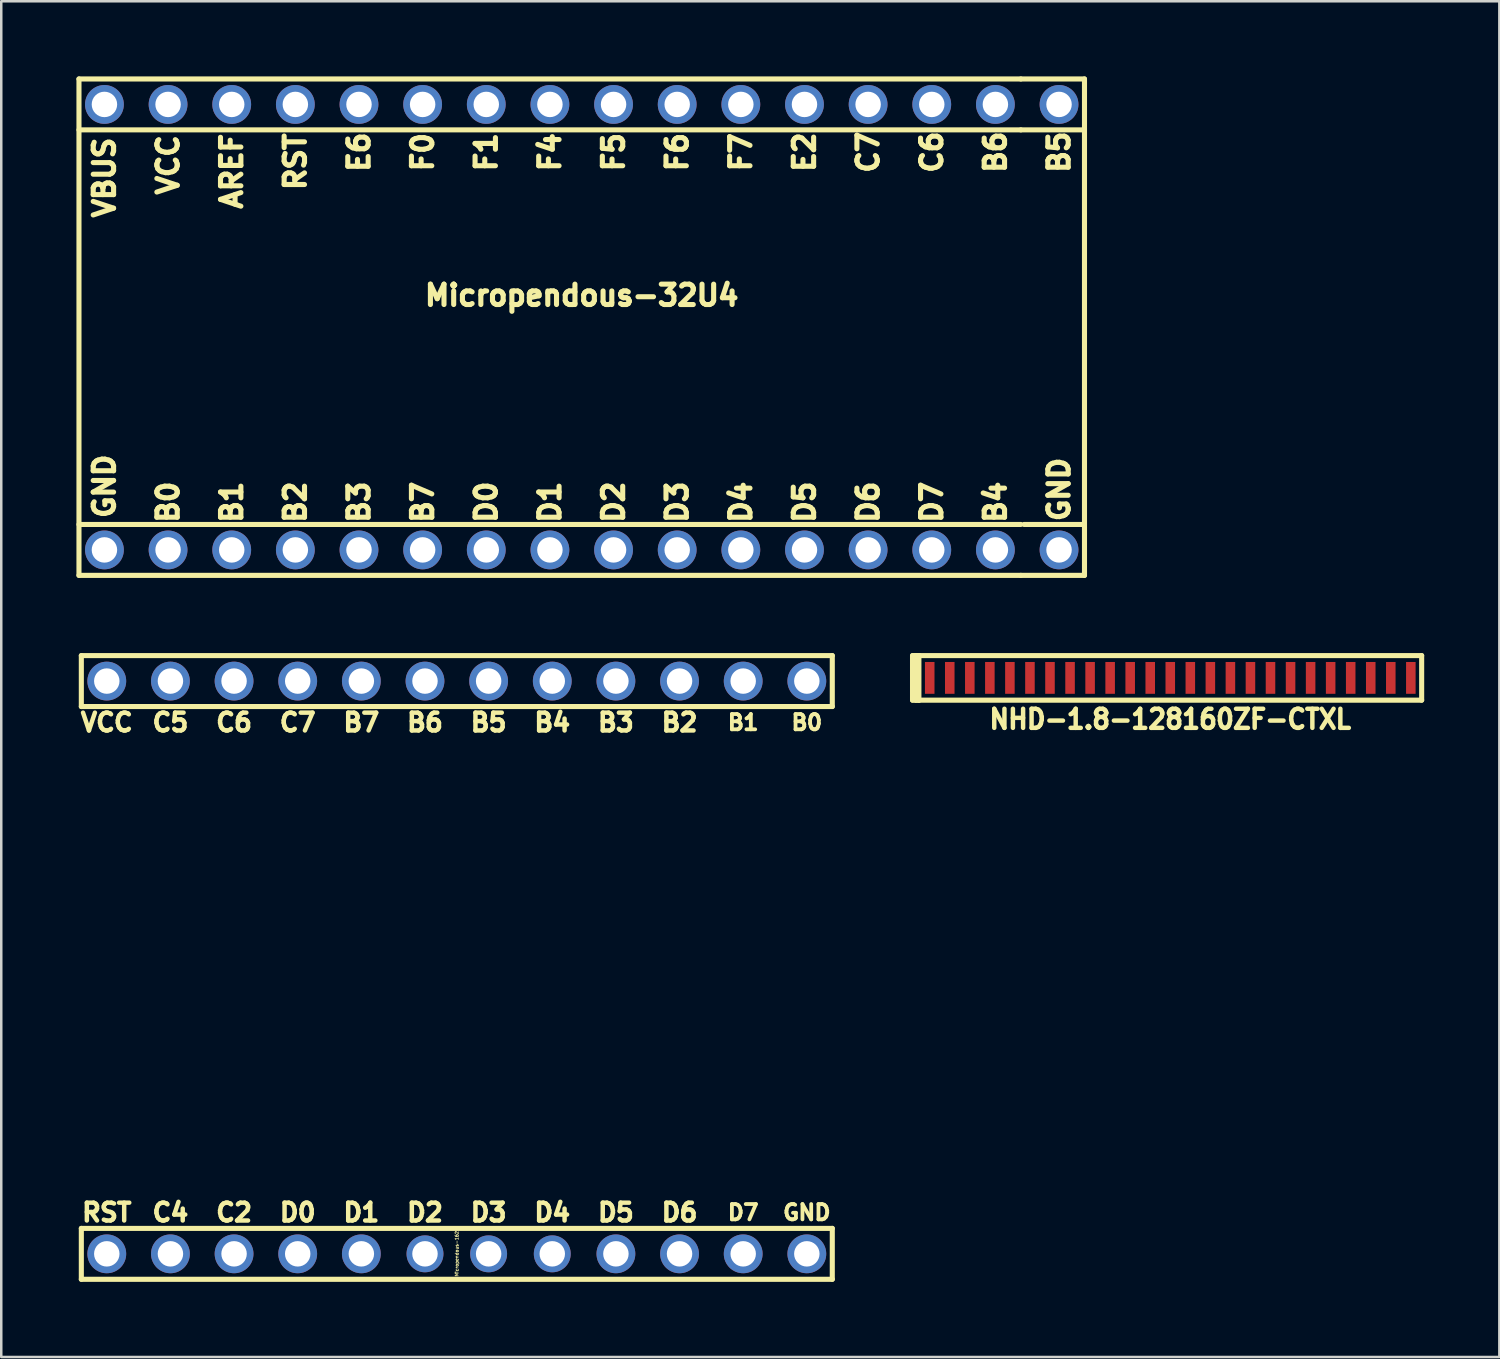
<source format=kicad_pcb>
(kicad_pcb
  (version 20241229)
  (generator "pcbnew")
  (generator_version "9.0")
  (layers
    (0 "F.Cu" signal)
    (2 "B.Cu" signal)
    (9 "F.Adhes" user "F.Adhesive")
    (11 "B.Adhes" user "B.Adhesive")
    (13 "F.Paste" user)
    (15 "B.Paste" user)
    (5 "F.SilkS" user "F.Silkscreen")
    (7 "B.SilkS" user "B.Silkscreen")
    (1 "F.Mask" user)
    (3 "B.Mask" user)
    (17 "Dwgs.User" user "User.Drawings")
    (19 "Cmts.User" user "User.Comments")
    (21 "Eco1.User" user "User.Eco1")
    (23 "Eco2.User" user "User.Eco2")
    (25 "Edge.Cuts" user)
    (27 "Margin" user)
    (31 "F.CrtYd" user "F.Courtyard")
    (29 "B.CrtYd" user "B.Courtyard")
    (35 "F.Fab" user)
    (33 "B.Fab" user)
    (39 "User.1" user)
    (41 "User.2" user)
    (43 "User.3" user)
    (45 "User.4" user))
  (footprint "NHD-1.8-128160ZF-CTXL"
    (layer "F.Cu")
    (at 43.658 24.006)
    (property "Reference" "NHD-1.8-128160ZF-CTXL" (at 0 1.651 0) (layer "F.SilkS") (effects (font (size 0.762 0.711) (thickness 0.178))))
    (attr through_hole)
    (fp_line (start -10.287 -0.889) (end -10.287 0.889) (stroke (width 0.203) (type solid)) (layer "F.SilkS"))
    (fp_line (start -10.287 0.889) (end -10.033 0.889) (stroke (width 0.203) (type solid)) (layer "F.SilkS"))
    (fp_line (start -10.16 -0.889) (end -10.16 0.889) (stroke (width 0.203) (type solid)) (layer "F.SilkS"))
    (fp_line (start -10.16 0.889) (end -10.033 0.889) (stroke (width 0.203) (type solid)) (layer "F.SilkS"))
    (fp_line (start -10.033 -0.889) (end -10.287 -0.889) (stroke (width 0.203) (type solid)) (layer "F.SilkS"))
    (fp_line (start -10.033 -0.889) (end -10.16 -0.889) (stroke (width 0.203) (type solid)) (layer "F.SilkS"))
    (fp_line (start -10.033 -0.889) (end 10.033 -0.889) (stroke (width 0.203) (type solid)) (layer "F.SilkS"))
    (fp_line (start -10.033 0.889) (end -10.033 -0.889) (stroke (width 0.203) (type solid)) (layer "F.SilkS"))
    (fp_line (start 10.033 -0.889) (end 10.033 0.889) (stroke (width 0.203) (type solid)) (layer "F.SilkS"))
    (fp_line (start 10.033 0.889) (end -10.033 0.889) (stroke (width 0.203) (type solid)) (layer "F.SilkS"))
    (pad "1" smd rect (at -9.601 0) (size 0.381 1.27) (layers "F.Cu" "F.Mask" "F.Paste"))
    (pad "2" smd rect (at -8.801 0) (size 0.381 1.27) (layers "F.Cu" "F.Mask" "F.Paste"))
    (pad "3" smd rect (at -8.001 0) (size 0.381 1.27) (layers "F.Cu" "F.Mask" "F.Paste"))
    (pad "4" smd rect (at -7.201 0) (size 0.381 1.27) (layers "F.Cu" "F.Mask" "F.Paste"))
    (pad "5" smd rect (at -6.401 0) (size 0.381 1.27) (layers "F.Cu" "F.Mask" "F.Paste"))
    (pad "6" smd rect (at -5.601 0) (size 0.381 1.27) (layers "F.Cu" "F.Mask" "F.Paste"))
    (pad "7" smd rect (at -4.801 0) (size 0.381 1.27) (layers "F.Cu" "F.Mask" "F.Paste"))
    (pad "8" smd rect (at -4 0) (size 0.381 1.27) (layers "F.Cu" "F.Mask" "F.Paste"))
    (pad "9" smd rect (at -3.2 0) (size 0.381 1.27) (layers "F.Cu" "F.Mask" "F.Paste"))
    (pad "10" smd rect (at -2.4 0) (size 0.381 1.27) (layers "F.Cu" "F.Mask" "F.Paste"))
    (pad "11" smd rect (at -1.6 0) (size 0.381 1.27) (layers "F.Cu" "F.Mask" "F.Paste"))
    (pad "12" smd rect (at -0.8 0) (size 0.381 1.27) (layers "F.Cu" "F.Mask" "F.Paste"))
    (pad "13" smd rect (at 0 0) (size 0.381 1.27) (layers "F.Cu" "F.Mask" "F.Paste"))
    (pad "14" smd rect (at 0.8 0) (size 0.381 1.27) (layers "F.Cu" "F.Mask" "F.Paste"))
    (pad "15" smd rect (at 1.6 0) (size 0.381 1.27) (layers "F.Cu" "F.Mask" "F.Paste"))
    (pad "16" smd rect (at 2.4 0) (size 0.381 1.27) (layers "F.Cu" "F.Mask" "F.Paste"))
    (pad "17" smd rect (at 3.2 0) (size 0.381 1.27) (layers "F.Cu" "F.Mask" "F.Paste"))
    (pad "18" smd rect (at 4 0) (size 0.381 1.27) (layers "F.Cu" "F.Mask" "F.Paste"))
    (pad "19" smd rect (at 4.801 0) (size 0.381 1.27) (layers "F.Cu" "F.Mask" "F.Paste"))
    (pad "20" smd rect (at 5.601 0) (size 0.381 1.27) (layers "F.Cu" "F.Mask" "F.Paste"))
    (pad "21" smd rect (at 6.401 0) (size 0.381 1.27) (layers "F.Cu" "F.Mask" "F.Paste"))
    (pad "22" smd rect (at 7.201 0) (size 0.381 1.27) (layers "F.Cu" "F.Mask" "F.Paste"))
    (pad "23" smd rect (at 8.001 0) (size 0.381 1.27) (layers "F.Cu" "F.Mask" "F.Paste"))
    (pad "24" smd rect (at 8.801 0) (size 0.381 1.27) (layers "F.Cu" "F.Mask" "F.Paste"))
    (pad "25" smd rect (at 9.601 0) (size 0.381 1.27) (layers "F.Cu" "F.Mask" "F.Paste")))
  (footprint "Micropendous-162"
    (layer "F.Cu")
    (at 15.182 35.563)
    (property "Reference" "Micropendous-162" (at 0 11.43 90) (layer "F.SilkS") (effects (font (size 0.127 0.127) (thickness 0.025))))
    (attr through_hole)
    (fp_line (start -14.986 -12.446) (end -14.986 -10.414) (stroke (width 0.203) (type solid)) (layer "F.SilkS"))
    (fp_line (start -14.986 10.414) (end -14.986 12.446) (stroke (width 0.203) (type solid)) (layer "F.SilkS"))
    (fp_line (start -14.986 10.414) (end 14.986 10.414) (stroke (width 0.203) (type solid)) (layer "F.SilkS"))
    (fp_line (start -14.986 12.446) (end 14.986 12.446) (stroke (width 0.203) (type solid)) (layer "F.SilkS"))
    (fp_line (start 14.986 -12.446) (end -14.986 -12.446) (stroke (width 0.203) (type solid)) (layer "F.SilkS"))
    (fp_line (start 14.986 -12.446) (end 14.986 -10.414) (stroke (width 0.203) (type solid)) (layer "F.SilkS"))
    (fp_line (start 14.986 -10.414) (end -14.986 -10.414) (stroke (width 0.203) (type solid)) (layer "F.SilkS"))
    (fp_line (start 14.986 10.414) (end 14.986 12.446) (stroke (width 0.203) (type solid)) (layer "F.SilkS"))
    (fp_text user "B4" (at 3.81 -9.779 0) (layer "F.SilkS") (effects (font (size 0.711 0.711) (thickness 0.178))))
    (fp_text user "B6" (at -1.27 -9.779 0) (layer "F.SilkS") (effects (font (size 0.711 0.711) (thickness 0.178))))
    (fp_text user "D3" (at 1.27 9.779 0) (layer "F.SilkS") (effects (font (size 0.711 0.711) (thickness 0.178))))
    (fp_text user "C5" (at -11.43 -9.779 0) (layer "F.SilkS") (effects (font (size 0.711 0.711) (thickness 0.178))))
    (fp_text user "D0" (at -6.35 9.779 0) (layer "F.SilkS") (effects (font (size 0.711 0.711) (thickness 0.178))))
    (fp_text user "D4" (at 3.81 9.779 0) (layer "F.SilkS") (effects (font (size 0.711 0.711) (thickness 0.178))))
    (fp_text user "D6" (at 8.89 9.779 0) (layer "F.SilkS") (effects (font (size 0.711 0.711) (thickness 0.178))))
    (fp_text user "GND" (at 13.97 9.779 0) (layer "F.SilkS") (effects (font (size 0.61 0.61) (thickness 0.152))))
    (fp_text user "C4" (at -11.43 9.779 0) (layer "F.SilkS") (effects (font (size 0.711 0.711) (thickness 0.178))))
    (fp_text user "C2" (at -8.89 9.779 0) (layer "F.SilkS") (effects (font (size 0.711 0.711) (thickness 0.178))))
    (fp_text user "D7" (at 11.43 9.779 0) (layer "F.SilkS") (effects (font (size 0.61 0.61) (thickness 0.152))))
    (fp_text user "D2" (at -1.27 9.779 0) (layer "F.SilkS") (effects (font (size 0.711 0.711) (thickness 0.178))))
    (fp_text user "B3" (at 6.35 -9.779 0) (layer "F.SilkS") (effects (font (size 0.711 0.711) (thickness 0.178))))
    (fp_text user "D1" (at -3.81 9.779 0) (layer "F.SilkS") (effects (font (size 0.711 0.711) (thickness 0.178))))
    (fp_text user "VCC" (at -13.97 -9.779 0) (layer "F.SilkS") (effects (font (size 0.711 0.711) (thickness 0.178))))
    (fp_text user "D5" (at 6.35 9.779 0) (layer "F.SilkS") (effects (font (size 0.711 0.711) (thickness 0.178))))
    (fp_text user "B1" (at 11.43 -9.779 0) (layer "F.SilkS") (effects (font (size 0.61 0.61) (thickness 0.152))))
    (fp_text user "C7" (at -6.35 -9.779 0) (layer "F.SilkS") (effects (font (size 0.711 0.711) (thickness 0.178))))
    (fp_text user "B0" (at 13.97 -9.779 0) (layer "F.SilkS") (effects (font (size 0.61 0.61) (thickness 0.152))))
    (fp_text user "RST" (at -13.97 9.779 0) (layer "F.SilkS") (effects (font (size 0.711 0.711) (thickness 0.178))))
    (fp_text user "C6" (at -8.89 -9.779 0) (layer "F.SilkS") (effects (font (size 0.711 0.711) (thickness 0.178))))
    (fp_text user "B2" (at 8.89 -9.779 0) (layer "F.SilkS") (effects (font (size 0.711 0.711) (thickness 0.178))))
    (fp_text user "B5" (at 1.27 -9.779 0) (layer "F.SilkS") (effects (font (size 0.711 0.711) (thickness 0.178))))
    (fp_text user "B7" (at -3.81 -9.779 0) (layer "F.SilkS") (effects (font (size 0.711 0.711) (thickness 0.178))))
    (pad "1" thru_hole circle (at -13.97 11.43) (size 1.549 1.549) (drill 1.016) (layers "*.Cu" "*.Mask"))
    (pad "2" thru_hole circle (at -11.43 11.43) (size 1.549 1.549) (drill 1.016) (layers "*.Cu" "*.Mask"))
    (pad "3" thru_hole circle (at -8.89 11.43) (size 1.549 1.549) (drill 1.016) (layers "*.Cu" "*.Mask"))
    (pad "4" thru_hole circle (at -6.35 11.43) (size 1.549 1.549) (drill 1.016) (layers "*.Cu" "*.Mask"))
    (pad "5" thru_hole circle (at -3.81 11.43) (size 1.549 1.549) (drill 1.016) (layers "*.Cu" "*.Mask"))
    (pad "6" thru_hole circle (at -1.27 11.43) (size 1.473 1.473) (drill 1.016) (layers "*.Cu" "*.Mask"))
    (pad "7" thru_hole circle (at 1.27 11.43) (size 1.473 1.473) (drill 1.016) (layers "*.Cu" "*.Mask"))
    (pad "8" thru_hole circle (at 3.81 11.43) (size 1.473 1.473) (drill 1.016) (layers "*.Cu" "*.Mask"))
    (pad "9" thru_hole circle (at 6.35 11.43) (size 1.549 1.549) (drill 1.016) (layers "*.Cu" "*.Mask"))
    (pad "10" thru_hole circle (at 8.89 11.43) (size 1.549 1.549) (drill 1.016) (layers "*.Cu" "*.Mask"))
    (pad "11" thru_hole circle (at 11.43 11.43) (size 1.549 1.549) (drill 1.016) (layers "*.Cu" "*.Mask"))
    (pad "12" thru_hole circle (at 13.97 11.43) (size 1.549 1.549) (drill 1.016) (layers "*.Cu" "*.Mask"))
    (pad "13" thru_hole circle (at 13.97 -11.43) (size 1.549 1.549) (drill 1.016) (layers "*.Cu" "*.Mask"))
    (pad "14" thru_hole circle (at 11.43 -11.43) (size 1.549 1.549) (drill 1.016) (layers "*.Cu" "*.Mask"))
    (pad "15" thru_hole circle (at 8.89 -11.43) (size 1.549 1.549) (drill 1.016) (layers "*.Cu" "*.Mask"))
    (pad "16" thru_hole circle (at 6.35 -11.43) (size 1.549 1.549) (drill 1.016) (layers "*.Cu" "*.Mask"))
    (pad "17" thru_hole circle (at 3.81 -11.43) (size 1.549 1.549) (drill 1.016) (layers "*.Cu" "*.Mask"))
    (pad "18" thru_hole circle (at 1.27 -11.43) (size 1.549 1.549) (drill 1.016) (layers "*.Cu" "*.Mask"))
    (pad "19" thru_hole circle (at -1.27 -11.43) (size 1.549 1.549) (drill 1.016) (layers "*.Cu" "*.Mask"))
    (pad "20" thru_hole circle (at -3.81 -11.43) (size 1.549 1.549) (drill 1.016) (layers "*.Cu" "*.Mask"))
    (pad "21" thru_hole circle (at -6.35 -11.43) (size 1.549 1.549) (drill 1.016) (layers "*.Cu" "*.Mask"))
    (pad "22" thru_hole circle (at -8.89 -11.43) (size 1.549 1.549) (drill 1.016) (layers "*.Cu" "*.Mask"))
    (pad "23" thru_hole circle (at -11.43 -11.43) (size 1.549 1.549) (drill 1.016) (layers "*.Cu" "*.Mask"))
    (pad "24" thru_hole circle (at -13.97 -11.43) (size 1.549 1.549) (drill 1.016) (layers "*.Cu" "*.Mask")))
  (footprint "Micropendous-32U4"
    (layer "F.Cu")
    (at 20.168 10.008)
    (property "Reference" "Micropendous-32U4" (at 0 -1.27 0) (layer "F.SilkS") (effects (font (size 0.813 0.813) (thickness 0.203))))
    (attr through_hole)
    (fp_line (start -20.066 -9.906) (end -20.066 9.906) (stroke (width 0.203) (type solid)) (layer "F.SilkS"))
    (fp_line (start -20.066 7.874) (end 17.526 7.874) (stroke (width 0.203) (type solid)) (layer "F.SilkS"))
    (fp_line (start 17.526 -9.906) (end -20.066 -9.906) (stroke (width 0.203) (type solid)) (layer "F.SilkS"))
    (fp_line (start 17.526 -9.906) (end 20.066 -9.906) (stroke (width 0.203) (type solid)) (layer "F.SilkS"))
    (fp_line (start 17.526 -7.874) (end -20.066 -7.874) (stroke (width 0.203) (type solid)) (layer "F.SilkS"))
    (fp_line (start 17.526 -7.874) (end 20.066 -7.874) (stroke (width 0.203) (type solid)) (layer "F.SilkS"))
    (fp_line (start 17.526 9.906) (end -20.066 9.906) (stroke (width 0.203) (type solid)) (layer "F.SilkS"))
    (fp_line (start 17.526 9.906) (end 20.066 9.906) (stroke (width 0.203) (type solid)) (layer "F.SilkS"))
    (fp_line (start 17.653 7.874) (end 20.066 7.874) (stroke (width 0.203) (type solid)) (layer "F.SilkS"))
    (fp_line (start 20.066 -9.906) (end 20.066 9.906) (stroke (width 0.203) (type solid)) (layer "F.SilkS"))
    (fp_text user "F5" (at 1.27 -6.985 90) (layer "F.SilkS") (effects (font (size 0.813 0.813) (thickness 0.203))))
    (fp_text user "B5" (at 19.05 -6.985 90) (layer "F.SilkS") (effects (font (size 0.813 0.813) (thickness 0.203))))
    (fp_text user "D1" (at -1.27 6.985 90) (layer "F.SilkS") (effects (font (size 0.813 0.813) (thickness 0.203))))
    (fp_text user "D0" (at -3.81 6.985 90) (layer "F.SilkS") (effects (font (size 0.813 0.813) (thickness 0.203))))
    (fp_text user "C6" (at 13.97 -6.985 90) (layer "F.SilkS") (effects (font (size 0.813 0.813) (thickness 0.203))))
    (fp_text user "B4" (at 16.51 6.985 90) (layer "F.SilkS") (effects (font (size 0.813 0.813) (thickness 0.203))))
    (fp_text user "E2" (at 8.89 -6.985 90) (layer "F.SilkS") (effects (font (size 0.813 0.813) (thickness 0.203))))
    (fp_text user "GND" (at -19.05 6.35 90) (layer "F.SilkS") (effects (font (size 0.813 0.813) (thickness 0.203))))
    (fp_text user "B3" (at -8.89 6.985 90) (layer "F.SilkS") (effects (font (size 0.813 0.813) (thickness 0.203))))
    (fp_text user "VBUS" (at -19.05 -5.969 90) (layer "F.SilkS") (effects (font (size 0.813 0.813) (thickness 0.203))))
    (fp_text user "E6" (at -8.89 -6.985 90) (layer "F.SilkS") (effects (font (size 0.813 0.813) (thickness 0.203))))
    (fp_text user "F0" (at -6.35 -6.985 90) (layer "F.SilkS") (effects (font (size 0.813 0.813) (thickness 0.203))))
    (fp_text user "F6" (at 3.81 -6.985 90) (layer "F.SilkS") (effects (font (size 0.813 0.813) (thickness 0.203))))
    (fp_text user "D6" (at 11.43 6.985 90) (layer "F.SilkS") (effects (font (size 0.813 0.813) (thickness 0.203))))
    (fp_text user "VCC" (at -16.51 -6.477 90) (layer "F.SilkS") (effects (font (size 0.813 0.813) (thickness 0.203))))
    (fp_text user "B1" (at -13.97 6.985 90) (layer "F.SilkS") (effects (font (size 0.813 0.813) (thickness 0.203))))
    (fp_text user "GND" (at 19.05 6.477 90) (layer "F.SilkS") (effects (font (size 0.813 0.813) (thickness 0.203))))
    (fp_text user "B6" (at 16.51 -6.985 90) (layer "F.SilkS") (effects (font (size 0.813 0.813) (thickness 0.203))))
    (fp_text user "D2" (at 1.27 6.985 90) (layer "F.SilkS") (effects (font (size 0.813 0.813) (thickness 0.203))))
    (fp_text user "B2" (at -11.43 6.985 90) (layer "F.SilkS") (effects (font (size 0.813 0.813) (thickness 0.203))))
    (fp_text user "D3" (at 3.81 6.985 90) (layer "F.SilkS") (effects (font (size 0.813 0.813) (thickness 0.203))))
    (fp_text user "F7" (at 6.35 -6.985 90) (layer "F.SilkS") (effects (font (size 0.813 0.813) (thickness 0.203))))
    (fp_text user "F4" (at -1.27 -6.985 90) (layer "F.SilkS") (effects (font (size 0.813 0.813) (thickness 0.203))))
    (fp_text user "AREF" (at -13.97 -6.223 90) (layer "F.SilkS") (effects (font (size 0.813 0.813) (thickness 0.203))))
    (fp_text user "B0" (at -16.51 6.985 90) (layer "F.SilkS") (effects (font (size 0.813 0.813) (thickness 0.203))))
    (fp_text user "D4" (at 6.35 6.985 90) (layer "F.SilkS") (effects (font (size 0.813 0.813) (thickness 0.203))))
    (fp_text user "D5" (at 8.89 6.985 90) (layer "F.SilkS") (effects (font (size 0.813 0.813) (thickness 0.203))))
    (fp_text user "RST" (at -11.43 -6.604 90) (layer "F.SilkS") (effects (font (size 0.813 0.813) (thickness 0.203))))
    (fp_text user "F1" (at -3.81 -6.985 90) (layer "F.SilkS") (effects (font (size 0.813 0.813) (thickness 0.203))))
    (fp_text user "C7" (at 11.43 -6.985 90) (layer "F.SilkS") (effects (font (size 0.813 0.813) (thickness 0.203))))
    (fp_text user "B7" (at -6.35 6.985 90) (layer "F.SilkS") (effects (font (size 0.813 0.813) (thickness 0.203))))
    (fp_text user "D7" (at 13.97 6.985 90) (layer "F.SilkS") (effects (font (size 0.813 0.813) (thickness 0.203))))
    (pad "1" thru_hole circle (at -19.05 8.89) (size 1.549 1.549) (drill 1.016) (layers "*.Cu" "*.Mask"))
    (pad "2" thru_hole circle (at -16.51 8.89) (size 1.549 1.549) (drill 1.016) (layers "*.Cu" "*.Mask"))
    (pad "3" thru_hole circle (at -13.97 8.89) (size 1.549 1.549) (drill 1.016) (layers "*.Cu" "*.Mask"))
    (pad "4" thru_hole circle (at -11.43 8.89) (size 1.549 1.549) (drill 1.016) (layers "*.Cu" "*.Mask"))
    (pad "5" thru_hole circle (at -8.89 8.89) (size 1.549 1.549) (drill 1.016) (layers "*.Cu" "*.Mask"))
    (pad "6" thru_hole circle (at -6.35 8.89) (size 1.549 1.549) (drill 1.016) (layers "*.Cu" "*.Mask"))
    (pad "7" thru_hole circle (at -3.81 8.89) (size 1.549 1.549) (drill 1.016) (layers "*.Cu" "*.Mask"))
    (pad "8" thru_hole circle (at -1.27 8.89) (size 1.549 1.549) (drill 1.016) (layers "*.Cu" "*.Mask"))
    (pad "9" thru_hole circle (at 1.27 8.89) (size 1.549 1.549) (drill 1.016) (layers "*.Cu" "*.Mask"))
    (pad "10" thru_hole circle (at 3.81 8.89) (size 1.549 1.549) (drill 1.016) (layers "*.Cu" "*.Mask"))
    (pad "11" thru_hole circle (at 6.35 8.89) (size 1.549 1.549) (drill 1.016) (layers "*.Cu" "*.Mask"))
    (pad "12" thru_hole circle (at 8.89 8.89) (size 1.549 1.549) (drill 1.016) (layers "*.Cu" "*.Mask"))
    (pad "13" thru_hole circle (at 11.43 8.89) (size 1.549 1.549) (drill 1.016) (layers "*.Cu" "*.Mask"))
    (pad "14" thru_hole circle (at 13.97 8.89) (size 1.549 1.549) (drill 1.016) (layers "*.Cu" "*.Mask"))
    (pad "15" thru_hole circle (at 16.51 8.89) (size 1.549 1.549) (drill 1.016) (layers "*.Cu" "*.Mask"))
    (pad "16" thru_hole circle (at 19.05 8.89) (size 1.549 1.549) (drill 1.016) (layers "*.Cu" "*.Mask"))
    (pad "17" thru_hole circle (at 19.05 -8.89) (size 1.549 1.549) (drill 1.016) (layers "*.Cu" "*.Mask"))
    (pad "18" thru_hole circle (at 16.51 -8.89) (size 1.549 1.549) (drill 1.016) (layers "*.Cu" "*.Mask"))
    (pad "19" thru_hole circle (at 13.97 -8.89) (size 1.549 1.549) (drill 1.016) (layers "*.Cu" "*.Mask"))
    (pad "20" thru_hole circle (at 11.43 -8.89) (size 1.549 1.549) (drill 1.016) (layers "*.Cu" "*.Mask"))
    (pad "21" thru_hole circle (at 8.89 -8.89) (size 1.549 1.549) (drill 1.016) (layers "*.Cu" "*.Mask"))
    (pad "22" thru_hole circle (at 6.35 -8.89) (size 1.549 1.549) (drill 1.016) (layers "*.Cu" "*.Mask"))
    (pad "23" thru_hole circle (at 3.81 -8.89) (size 1.549 1.549) (drill 1.016) (layers "*.Cu" "*.Mask"))
    (pad "24" thru_hole circle (at 1.27 -8.89) (size 1.549 1.549) (drill 1.016) (layers "*.Cu" "*.Mask"))
    (pad "25" thru_hole circle (at -1.27 -8.89) (size 1.549 1.549) (drill 1.016) (layers "*.Cu" "*.Mask"))
    (pad "26" thru_hole circle (at -3.81 -8.89) (size 1.549 1.549) (drill 1.016) (layers "*.Cu" "*.Mask"))
    (pad "27" thru_hole circle (at -6.35 -8.89) (size 1.549 1.549) (drill 1.016) (layers "*.Cu" "*.Mask"))
    (pad "28" thru_hole circle (at -8.89 -8.89) (size 1.549 1.549) (drill 1.016) (layers "*.Cu" "*.Mask"))
    (pad "29" thru_hole circle (at -11.43 -8.89) (size 1.549 1.549) (drill 1.016) (layers "*.Cu" "*.Mask"))
    (pad "30" thru_hole circle (at -13.97 -8.89) (size 1.549 1.549) (drill 1.016) (layers "*.Cu" "*.Mask"))
    (pad "31" thru_hole circle (at -16.51 -8.89) (size 1.549 1.549) (drill 1.016) (layers "*.Cu" "*.Mask"))
    (pad "32" thru_hole circle (at -19.05 -8.89) (size 1.549 1.549) (drill 1.016) (layers "*.Cu" "*.Mask")))
  (gr_rect
    (start -3 -3)
    (end 56.792 51.11)
    (stroke (width 0.1) (type default))
    (fill no)
    (layer "Edge.Cuts")))
</source>
